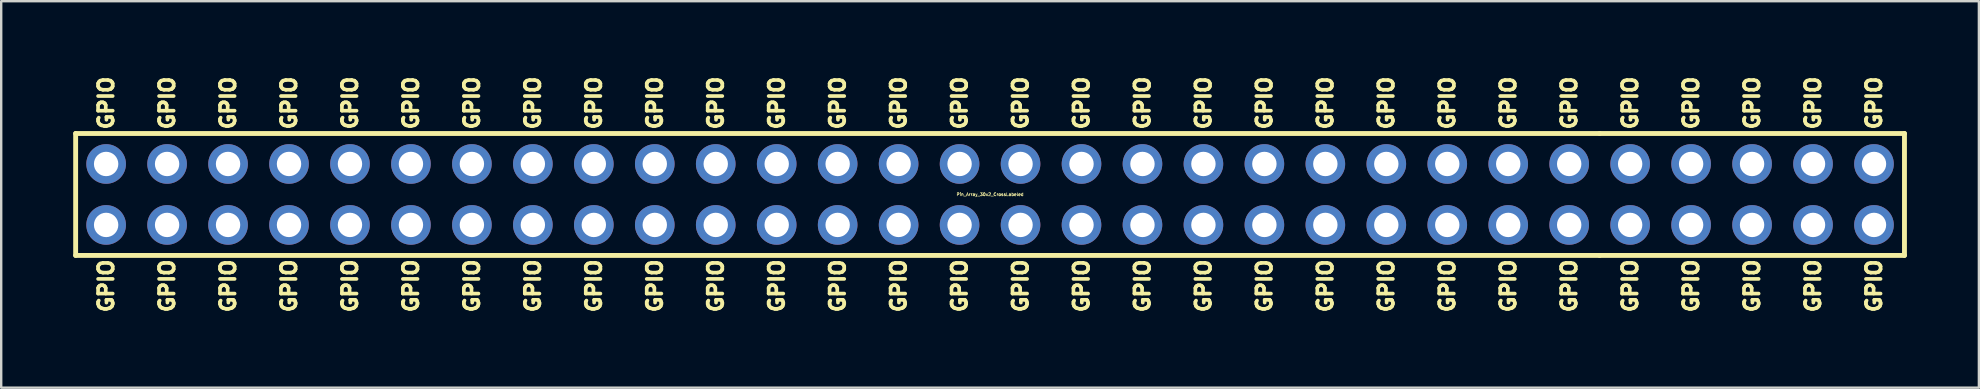
<source format=kicad_pcb>
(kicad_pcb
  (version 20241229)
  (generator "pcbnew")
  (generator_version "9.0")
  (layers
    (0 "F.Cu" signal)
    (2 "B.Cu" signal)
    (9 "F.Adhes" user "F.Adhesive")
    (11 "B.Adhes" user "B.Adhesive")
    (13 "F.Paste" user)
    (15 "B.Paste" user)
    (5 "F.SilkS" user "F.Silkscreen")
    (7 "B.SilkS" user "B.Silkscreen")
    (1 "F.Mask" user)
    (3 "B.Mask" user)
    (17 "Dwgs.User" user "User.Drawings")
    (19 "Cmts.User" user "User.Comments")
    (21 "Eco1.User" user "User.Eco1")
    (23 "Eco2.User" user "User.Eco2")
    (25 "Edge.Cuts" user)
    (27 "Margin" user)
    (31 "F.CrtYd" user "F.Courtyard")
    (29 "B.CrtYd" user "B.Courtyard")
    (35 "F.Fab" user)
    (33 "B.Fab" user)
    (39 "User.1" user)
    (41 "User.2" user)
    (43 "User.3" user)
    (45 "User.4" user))
  (footprint "Pin_Array_30x2_CrossLabeled"
    (layer "F.Cu")
    (at 38.202 5.052)
    (property "Reference" "Pin_Array_30x2_CrossLabeled" (at 0 0 0) (layer "F.SilkS") (effects (font (size 0.127 0.127) (thickness 0.025))))
    (attr through_hole)
    (fp_line (start -38.1 -2.54) (end 25.4 -2.54) (stroke (width 0.203) (type solid)) (layer "F.SilkS"))
    (fp_line (start -38.1 2.54) (end -38.1 -2.54) (stroke (width 0.203) (type solid)) (layer "F.SilkS"))
    (fp_line (start 25.4 -2.54) (end 38.1 -2.54) (stroke (width 0.203) (type solid)) (layer "F.SilkS"))
    (fp_line (start 25.4 2.54) (end -38.1 2.54) (stroke (width 0.203) (type solid)) (layer "F.SilkS"))
    (fp_line (start 38.1 -2.54) (end 38.1 2.54) (stroke (width 0.203) (type solid)) (layer "F.SilkS"))
    (fp_line (start 38.1 2.54) (end 25.4 2.54) (stroke (width 0.203) (type solid)) (layer "F.SilkS"))
    (fp_text user "GPIO" (at -31.75 -3.81 90) (layer "F.SilkS") (effects (font (size 0.61 0.61) (thickness 0.152))))
    (fp_text user "GPIO" (at -6.35 3.81 90) (layer "F.SilkS") (effects (font (size 0.61 0.61) (thickness 0.152))))
    (fp_text user "GPIO" (at -34.29 -3.81 90) (layer "F.SilkS") (effects (font (size 0.61 0.61) (thickness 0.152))))
    (fp_text user "GPIO" (at 6.35 3.81 90) (layer "F.SilkS") (effects (font (size 0.61 0.61) (thickness 0.152))))
    (fp_text user "GPIO" (at 1.27 3.81 90) (layer "F.SilkS") (effects (font (size 0.61 0.61) (thickness 0.152))))
    (fp_text user "GPIO" (at -3.81 3.81 90) (layer "F.SilkS") (effects (font (size 0.61 0.61) (thickness 0.152))))
    (fp_text user "GPIO" (at 11.43 3.81 90) (layer "F.SilkS") (effects (font (size 0.61 0.61) (thickness 0.152))))
    (fp_text user "GPIO" (at -3.81 -3.81 90) (layer "F.SilkS") (effects (font (size 0.61 0.61) (thickness 0.152))))
    (fp_text user "GPIO" (at -8.89 3.81 90) (layer "F.SilkS") (effects (font (size 0.61 0.61) (thickness 0.152))))
    (fp_text user "GPIO" (at 31.75 3.81 90) (layer "F.SilkS") (effects (font (size 0.61 0.61) (thickness 0.152))))
    (fp_text user "GPIO" (at -21.59 -3.81 90) (layer "F.SilkS") (effects (font (size 0.61 0.61) (thickness 0.152))))
    (fp_text user "GPIO" (at -29.21 3.81 90) (layer "F.SilkS") (effects (font (size 0.61 0.61) (thickness 0.152))))
    (fp_text user "GPIO" (at -13.97 -3.81 90) (layer "F.SilkS") (effects (font (size 0.61 0.61) (thickness 0.152))))
    (fp_text user "GPIO" (at 6.35 -3.81 90) (layer "F.SilkS") (effects (font (size 0.61 0.61) (thickness 0.152))))
    (fp_text user "GPIO" (at 34.29 3.81 90) (layer "F.SilkS") (effects (font (size 0.61 0.61) (thickness 0.152))))
    (fp_text user "GPIO" (at 21.59 -3.81 90) (layer "F.SilkS") (effects (font (size 0.61 0.61) (thickness 0.152))))
    (fp_text user "GPIO" (at -29.21 -3.81 90) (layer "F.SilkS") (effects (font (size 0.61 0.61) (thickness 0.152))))
    (fp_text user "GPIO" (at -16.51 3.81 90) (layer "F.SilkS") (effects (font (size 0.61 0.61) (thickness 0.152))))
    (fp_text user "GPIO" (at 11.43 -3.81 90) (layer "F.SilkS") (effects (font (size 0.61 0.61) (thickness 0.152))))
    (fp_text user "GPIO" (at -26.67 -3.81 90) (layer "F.SilkS") (effects (font (size 0.61 0.61) (thickness 0.152))))
    (fp_text user "GPIO" (at 21.59 3.81 90) (layer "F.SilkS") (effects (font (size 0.61 0.61) (thickness 0.152))))
    (fp_text user "GPIO" (at -34.29 3.81 90) (layer "F.SilkS") (effects (font (size 0.61 0.61) (thickness 0.152))))
    (fp_text user "GPIO" (at 36.83 3.81 90) (layer "F.SilkS") (effects (font (size 0.61 0.61) (thickness 0.152))))
    (fp_text user "GPIO" (at 26.67 -3.81 90) (layer "F.SilkS") (effects (font (size 0.61 0.61) (thickness 0.152))))
    (fp_text user "GPIO" (at -8.89 -3.81 90) (layer "F.SilkS") (effects (font (size 0.61 0.61) (thickness 0.152))))
    (fp_text user "GPIO" (at 13.97 3.81 90) (layer "F.SilkS") (effects (font (size 0.61 0.61) (thickness 0.152))))
    (fp_text user "GPIO" (at -36.83 -3.81 90) (layer "F.SilkS") (effects (font (size 0.61 0.61) (thickness 0.152))))
    (fp_text user "GPIO" (at 8.89 -3.81 90) (layer "F.SilkS") (effects (font (size 0.61 0.61) (thickness 0.152))))
    (fp_text user "GPIO" (at 16.51 -3.81 90) (layer "F.SilkS") (effects (font (size 0.61 0.61) (thickness 0.152))))
    (fp_text user "GPIO" (at 1.27 -3.81 90) (layer "F.SilkS") (effects (font (size 0.61 0.61) (thickness 0.152))))
    (fp_text user "GPIO" (at -6.35 -3.81 90) (layer "F.SilkS") (effects (font (size 0.61 0.61) (thickness 0.152))))
    (fp_text user "GPIO" (at -1.27 3.81 90) (layer "F.SilkS") (effects (font (size 0.61 0.61) (thickness 0.152))))
    (fp_text user "GPIO" (at -19.05 3.81 90) (layer "F.SilkS") (effects (font (size 0.61 0.61) (thickness 0.152))))
    (fp_text user "GPIO" (at 16.51 3.81 90) (layer "F.SilkS") (effects (font (size 0.61 0.61) (thickness 0.152))))
    (fp_text user "GPIO" (at 31.75 -3.81 90) (layer "F.SilkS") (effects (font (size 0.61 0.61) (thickness 0.152))))
    (fp_text user "GPIO" (at -24.13 -3.81 90) (layer "F.SilkS") (effects (font (size 0.61 0.61) (thickness 0.152))))
    (fp_text user "GPIO" (at 24.13 3.81 90) (layer "F.SilkS") (effects (font (size 0.61 0.61) (thickness 0.152))))
    (fp_text user "GPIO" (at 26.67 3.81 90) (layer "F.SilkS") (effects (font (size 0.61 0.61) (thickness 0.152))))
    (fp_text user "GPIO" (at -1.27 -3.81 90) (layer "F.SilkS") (effects (font (size 0.61 0.61) (thickness 0.152))))
    (fp_text user "GPIO" (at 13.97 -3.81 90) (layer "F.SilkS") (effects (font (size 0.61 0.61) (thickness 0.152))))
    (fp_text user "GPIO" (at 3.81 -3.81 90) (layer "F.SilkS") (effects (font (size 0.61 0.61) (thickness 0.152))))
    (fp_text user "GPIO" (at -13.97 3.81 90) (layer "F.SilkS") (effects (font (size 0.61 0.61) (thickness 0.152))))
    (fp_text user "GPIO" (at 29.21 -3.81 90) (layer "F.SilkS") (effects (font (size 0.61 0.61) (thickness 0.152))))
    (fp_text user "GPIO" (at 8.89 3.81 90) (layer "F.SilkS") (effects (font (size 0.61 0.61) (thickness 0.152))))
    (fp_text user "GPIO" (at -11.43 -3.81 90) (layer "F.SilkS") (effects (font (size 0.61 0.61) (thickness 0.152))))
    (fp_text user "GPIO" (at -21.59 3.81 90) (layer "F.SilkS") (effects (font (size 0.61 0.61) (thickness 0.152))))
    (fp_text user "GPIO" (at 24.13 -3.81 90) (layer "F.SilkS") (effects (font (size 0.61 0.61) (thickness 0.152))))
    (fp_text user "GPIO" (at 36.83 -3.81 90) (layer "F.SilkS") (effects (font (size 0.61 0.61) (thickness 0.152))))
    (fp_text user "GPIO" (at -11.43 3.81 90) (layer "F.SilkS") (effects (font (size 0.61 0.61) (thickness 0.152))))
    (fp_text user "GPIO" (at 19.05 -3.81 90) (layer "F.SilkS") (effects (font (size 0.61 0.61) (thickness 0.152))))
    (fp_text user "GPIO" (at -16.51 -3.81 90) (layer "F.SilkS") (effects (font (size 0.61 0.61) (thickness 0.152))))
    (fp_text user "GPIO" (at 3.81 3.81 90) (layer "F.SilkS") (effects (font (size 0.61 0.61) (thickness 0.152))))
    (fp_text user "GPIO" (at -19.05 -3.81 90) (layer "F.SilkS") (effects (font (size 0.61 0.61) (thickness 0.152))))
    (fp_text user "GPIO" (at 19.05 3.81 90) (layer "F.SilkS") (effects (font (size 0.61 0.61) (thickness 0.152))))
    (fp_text user "GPIO" (at 29.21 3.81 90) (layer "F.SilkS") (effects (font (size 0.61 0.61) (thickness 0.152))))
    (fp_text user "GPIO" (at 34.29 -3.81 90) (layer "F.SilkS") (effects (font (size 0.61 0.61) (thickness 0.152))))
    (fp_text user "GPIO" (at -26.67 3.81 90) (layer "F.SilkS") (effects (font (size 0.61 0.61) (thickness 0.152))))
    (fp_text user "GPIO" (at -31.75 3.81 90) (layer "F.SilkS") (effects (font (size 0.61 0.61) (thickness 0.152))))
    (fp_text user "GPIO" (at -36.83 3.81 90) (layer "F.SilkS") (effects (font (size 0.61 0.61) (thickness 0.152))))
    (fp_text user "GPIO" (at -24.13 3.81 90) (layer "F.SilkS") (effects (font (size 0.61 0.61) (thickness 0.152))))
    (pad "1" thru_hole circle (at -36.83 1.27) (size 1.651 1.651) (drill 1.016) (layers "*.Cu" "*.Mask"))
    (pad "2" thru_hole circle (at -36.83 -1.27) (size 1.651 1.651) (drill 1.016) (layers "*.Cu" "*.Mask"))
    (pad "3" thru_hole circle (at -34.29 1.27) (size 1.651 1.651) (drill 1.016) (layers "*.Cu" "*.Mask"))
    (pad "4" thru_hole circle (at -34.29 -1.27) (size 1.651 1.651) (drill 1.016) (layers "*.Cu" "*.Mask"))
    (pad "5" thru_hole circle (at -31.75 1.27) (size 1.651 1.651) (drill 1.016) (layers "*.Cu" "*.Mask"))
    (pad "6" thru_hole circle (at -31.75 -1.27) (size 1.651 1.651) (drill 1.016) (layers "*.Cu" "*.Mask"))
    (pad "7" thru_hole circle (at -29.21 1.27) (size 1.651 1.651) (drill 1.016) (layers "*.Cu" "*.Mask"))
    (pad "8" thru_hole circle (at -29.21 -1.27) (size 1.651 1.651) (drill 1.016) (layers "*.Cu" "*.Mask"))
    (pad "9" thru_hole circle (at -26.67 1.27) (size 1.651 1.651) (drill 1.016) (layers "*.Cu" "*.Mask"))
    (pad "10" thru_hole circle (at -26.67 -1.27) (size 1.651 1.651) (drill 1.016) (layers "*.Cu" "*.Mask"))
    (pad "11" thru_hole circle (at -24.13 1.27) (size 1.651 1.651) (drill 1.016) (layers "*.Cu" "*.Mask"))
    (pad "12" thru_hole circle (at -24.13 -1.27) (size 1.651 1.651) (drill 1.016) (layers "*.Cu" "*.Mask"))
    (pad "13" thru_hole circle (at -21.59 1.27) (size 1.651 1.651) (drill 1.016) (layers "*.Cu" "*.Mask"))
    (pad "14" thru_hole circle (at -21.59 -1.27) (size 1.651 1.651) (drill 1.016) (layers "*.Cu" "*.Mask"))
    (pad "15" thru_hole circle (at -19.05 1.27) (size 1.651 1.651) (drill 1.016) (layers "*.Cu" "*.Mask"))
    (pad "16" thru_hole circle (at -19.05 -1.27) (size 1.651 1.651) (drill 1.016) (layers "*.Cu" "*.Mask"))
    (pad "17" thru_hole circle (at -16.51 1.27) (size 1.651 1.651) (drill 1.016) (layers "*.Cu" "*.Mask"))
    (pad "18" thru_hole circle (at -16.51 -1.27) (size 1.651 1.651) (drill 1.016) (layers "*.Cu" "*.Mask"))
    (pad "19" thru_hole circle (at -13.97 1.27) (size 1.651 1.651) (drill 1.016) (layers "*.Cu" "*.Mask"))
    (pad "20" thru_hole circle (at -13.97 -1.27) (size 1.651 1.651) (drill 1.016) (layers "*.Cu" "*.Mask"))
    (pad "21" thru_hole circle (at -11.43 1.27) (size 1.651 1.651) (drill 1.016) (layers "*.Cu" "*.Mask"))
    (pad "22" thru_hole circle (at -11.43 -1.27) (size 1.651 1.651) (drill 1.016) (layers "*.Cu" "*.Mask"))
    (pad "23" thru_hole circle (at -8.89 1.27) (size 1.651 1.651) (drill 1.016) (layers "*.Cu" "*.Mask"))
    (pad "24" thru_hole circle (at -8.89 -1.27) (size 1.651 1.651) (drill 1.016) (layers "*.Cu" "*.Mask"))
    (pad "25" thru_hole circle (at -6.35 1.27) (size 1.651 1.651) (drill 1.016) (layers "*.Cu" "*.Mask"))
    (pad "26" thru_hole circle (at -6.35 -1.27) (size 1.651 1.651) (drill 1.016) (layers "*.Cu" "*.Mask"))
    (pad "27" thru_hole circle (at -3.81 1.27) (size 1.651 1.651) (drill 1.016) (layers "*.Cu" "*.Mask"))
    (pad "28" thru_hole circle (at -3.81 -1.27) (size 1.651 1.651) (drill 1.016) (layers "*.Cu" "*.Mask"))
    (pad "29" thru_hole circle (at -1.27 1.27) (size 1.651 1.651) (drill 1.016) (layers "*.Cu" "*.Mask"))
    (pad "30" thru_hole circle (at -1.27 -1.27) (size 1.651 1.651) (drill 1.016) (layers "*.Cu" "*.Mask"))
    (pad "31" thru_hole circle (at 1.27 1.27) (size 1.651 1.651) (drill 1.016) (layers "*.Cu" "*.Mask"))
    (pad "32" thru_hole circle (at 1.27 -1.27) (size 1.651 1.651) (drill 1.016) (layers "*.Cu" "*.Mask"))
    (pad "33" thru_hole circle (at 3.81 1.27) (size 1.651 1.651) (drill 1.016) (layers "*.Cu" "*.Mask"))
    (pad "34" thru_hole circle (at 3.81 -1.27) (size 1.651 1.651) (drill 1.016) (layers "*.Cu" "*.Mask"))
    (pad "35" thru_hole circle (at 6.35 1.27) (size 1.651 1.651) (drill 1.016) (layers "*.Cu" "*.Mask"))
    (pad "36" thru_hole circle (at 6.35 -1.27) (size 1.651 1.651) (drill 1.016) (layers "*.Cu" "*.Mask"))
    (pad "37" thru_hole circle (at 8.89 1.27) (size 1.651 1.651) (drill 1.016) (layers "*.Cu" "*.Mask"))
    (pad "38" thru_hole circle (at 8.89 -1.27) (size 1.651 1.651) (drill 1.016) (layers "*.Cu" "*.Mask"))
    (pad "39" thru_hole circle (at 11.43 1.27) (size 1.651 1.651) (drill 1.016) (layers "*.Cu" "*.Mask"))
    (pad "40" thru_hole circle (at 11.43 -1.27) (size 1.651 1.651) (drill 1.016) (layers "*.Cu" "*.Mask"))
    (pad "41" thru_hole circle (at 13.97 1.27) (size 1.651 1.651) (drill 1.016) (layers "*.Cu" "*.Mask"))
    (pad "42" thru_hole circle (at 13.97 -1.27) (size 1.651 1.651) (drill 1.016) (layers "*.Cu" "*.Mask"))
    (pad "43" thru_hole circle (at 16.51 1.27) (size 1.651 1.651) (drill 1.016) (layers "*.Cu" "*.Mask"))
    (pad "44" thru_hole circle (at 16.51 -1.27) (size 1.651 1.651) (drill 1.016) (layers "*.Cu" "*.Mask"))
    (pad "45" thru_hole circle (at 19.05 1.27) (size 1.651 1.651) (drill 1.016) (layers "*.Cu" "*.Mask"))
    (pad "46" thru_hole circle (at 19.05 -1.27) (size 1.651 1.651) (drill 1.016) (layers "*.Cu" "*.Mask"))
    (pad "47" thru_hole circle (at 21.59 1.27) (size 1.651 1.651) (drill 1.016) (layers "*.Cu" "*.Mask"))
    (pad "48" thru_hole circle (at 21.59 -1.27) (size 1.651 1.651) (drill 1.016) (layers "*.Cu" "*.Mask"))
    (pad "49" thru_hole circle (at 24.13 1.27) (size 1.651 1.651) (drill 1.016) (layers "*.Cu" "*.Mask"))
    (pad "50" thru_hole circle (at 24.13 -1.27) (size 1.651 1.651) (drill 1.016) (layers "*.Cu" "*.Mask"))
    (pad "51" thru_hole circle (at 26.67 1.27) (size 1.651 1.651) (drill 1.016) (layers "*.Cu" "*.Mask"))
    (pad "52" thru_hole circle (at 26.67 -1.27) (size 1.651 1.651) (drill 1.016) (layers "*.Cu" "*.Mask"))
    (pad "53" thru_hole circle (at 29.21 1.27) (size 1.651 1.651) (drill 1.016) (layers "*.Cu" "*.Mask"))
    (pad "54" thru_hole circle (at 29.21 -1.27) (size 1.651 1.651) (drill 1.016) (layers "*.Cu" "*.Mask"))
    (pad "55" thru_hole circle (at 31.75 1.27) (size 1.651 1.651) (drill 1.016) (layers "*.Cu" "*.Mask"))
    (pad "56" thru_hole circle (at 31.75 -1.27) (size 1.651 1.651) (drill 1.016) (layers "*.Cu" "*.Mask"))
    (pad "57" thru_hole circle (at 34.29 1.27) (size 1.651 1.651) (drill 1.016) (layers "*.Cu" "*.Mask"))
    (pad "58" thru_hole circle (at 34.29 -1.27) (size 1.651 1.651) (drill 1.016) (layers "*.Cu" "*.Mask"))
    (pad "59" thru_hole circle (at 36.83 1.27) (size 1.651 1.651) (drill 1.016) (layers "*.Cu" "*.Mask"))
    (pad "60" thru_hole circle (at 36.83 -1.27) (size 1.651 1.651) (drill 1.016) (layers "*.Cu" "*.Mask")))
  (gr_rect
    (start -3 -3)
    (end 79.403 13.103)
    (stroke (width 0.1) (type default))
    (fill no)
    (layer "Edge.Cuts")))
</source>
